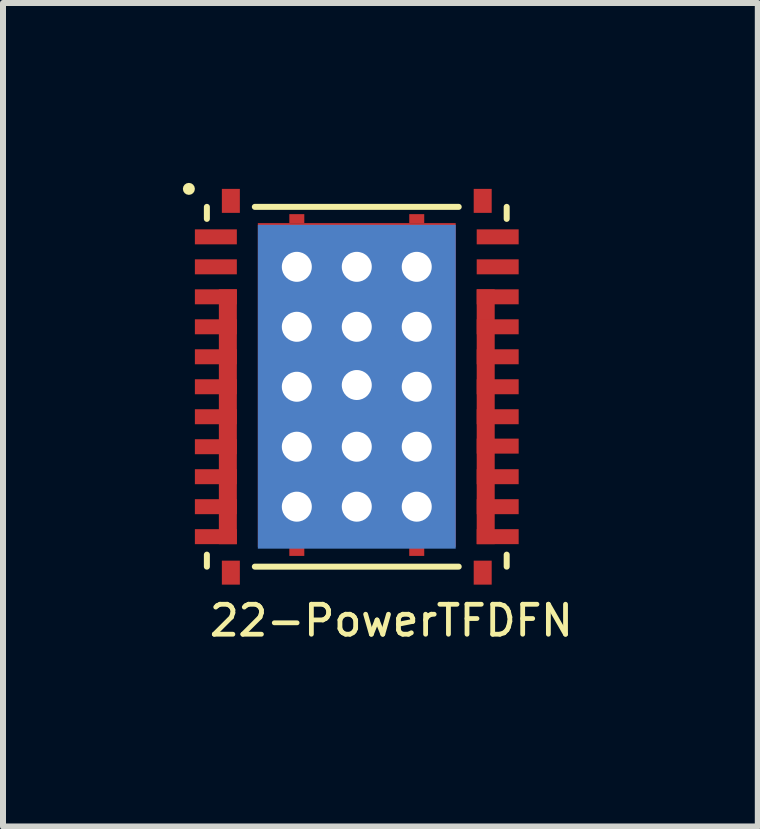
<source format=kicad_pcb>
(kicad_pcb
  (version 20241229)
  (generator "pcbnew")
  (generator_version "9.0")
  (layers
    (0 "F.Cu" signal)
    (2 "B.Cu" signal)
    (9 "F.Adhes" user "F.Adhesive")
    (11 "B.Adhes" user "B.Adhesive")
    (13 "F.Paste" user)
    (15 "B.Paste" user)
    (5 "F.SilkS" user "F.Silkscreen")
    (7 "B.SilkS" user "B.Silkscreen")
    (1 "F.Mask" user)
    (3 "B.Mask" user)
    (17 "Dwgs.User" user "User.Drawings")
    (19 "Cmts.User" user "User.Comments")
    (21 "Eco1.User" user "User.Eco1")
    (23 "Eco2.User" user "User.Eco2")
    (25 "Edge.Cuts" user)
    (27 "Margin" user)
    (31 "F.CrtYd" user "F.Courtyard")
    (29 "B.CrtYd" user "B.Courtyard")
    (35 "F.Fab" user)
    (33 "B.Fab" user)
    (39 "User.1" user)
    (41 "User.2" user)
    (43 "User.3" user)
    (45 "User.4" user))
  (footprint "22-PowerTFDFN"
    (layer "F.Cu")
    (at 0.4 6.4)
    (property "Reference" "22-PowerTFDFN" (at 0 0.9 0) (unlocked yes) (layer "F.SilkS") (effects (font (size 0.5 0.5) (thickness 0.08)) (justify left)))
    (attr smd)
    (fp_line (start 0 -5.8) (end 0 -6) (stroke (width 0.1) (type default)) (layer "F.SilkS"))
    (fp_line (start 0 0) (end 0 -0.2) (stroke (width 0.1) (type default)) (layer "F.SilkS"))
    (fp_line (start 0.8 -6) (end 4.2 -6) (stroke (width 0.1) (type default)) (layer "F.SilkS"))
    (fp_line (start 4.2 0) (end 0.8 0) (stroke (width 0.1) (type default)) (layer "F.SilkS"))
    (fp_line (start 5 -5.8) (end 5 -6) (stroke (width 0.1) (type default)) (layer "F.SilkS"))
    (fp_line (start 5 0) (end 5 -0.2) (stroke (width 0.1) (type default)) (layer "F.SilkS"))
    (fp_circle (center -0.3 -6.3) (end -0.25 -6.3) (stroke (width 0.1) (type solid)) (fill no) (layer "F.SilkS"))
    (pad "1" smd rect (at 0.15 -5.5) (size 0.7 0.25) (layers "F.Cu" "F.Mask" "F.Paste"))
    (pad "2" smd rect (at 0.15 -5) (size 0.7 0.25) (layers "F.Cu" "F.Mask" "F.Paste"))
    (pad "3" smd rect (at 0.15 -4.5) (size 0.7 0.25) (layers "F.Cu" "F.Mask" "F.Paste"))
    (pad "3" smd rect (at 0.15 -4) (size 0.7 0.25) (layers "F.Cu" "F.Mask" "F.Paste"))
    (pad "3" smd rect (at 0.15 -3.5) (size 0.7 0.25) (layers "F.Cu" "F.Mask" "F.Paste"))
    (pad "3" smd rect (at 0.15 -3) (size 0.7 0.25) (layers "F.Cu" "F.Mask" "F.Paste"))
    (pad "3" smd rect (at 0.15 -2.5) (size 0.7 0.25) (layers "F.Cu" "F.Mask" "F.Paste"))
    (pad "3" smd rect (at 0.15 -2) (size 0.7 0.25) (layers "F.Cu" "F.Mask" "F.Paste"))
    (pad "3" smd rect (at 0.15 -1.5) (size 0.7 0.25) (layers "F.Cu" "F.Mask" "F.Paste"))
    (pad "3" smd rect (at 0.15 -1) (size 0.7 0.25) (layers "F.Cu" "F.Mask" "F.Paste"))
    (pad "3" smd rect (at 0.15 -0.5) (size 0.7 0.25) (layers "F.Cu" "F.Mask" "F.Paste"))
    (pad "3" smd rect (at 0.35 -2.5) (size 0.3 4.25) (layers "F.Cu" "F.Mask" "F.Paste"))
    (pad "4" smd rect (at 4.65 -2.5) (size 0.3 4.25) (layers "F.Cu" "F.Mask" "F.Paste"))
    (pad "4" smd rect (at 4.85 -4.5) (size 0.7 0.25) (layers "F.Cu" "F.Mask" "F.Paste"))
    (pad "4" smd rect (at 4.85 -4) (size 0.7 0.25) (layers "F.Cu" "F.Mask" "F.Paste"))
    (pad "4" smd rect (at 4.85 -3.5) (size 0.7 0.25) (layers "F.Cu" "F.Mask" "F.Paste"))
    (pad "4" smd rect (at 4.85 -3) (size 0.7 0.25) (layers "F.Cu" "F.Mask" "F.Paste"))
    (pad "4" smd rect (at 4.85 -2.5) (size 0.7 0.25) (layers "F.Cu" "F.Mask" "F.Paste"))
    (pad "4" smd rect (at 4.85 -2.01) (size 0.7 0.25) (layers "F.Cu" "F.Mask" "F.Paste"))
    (pad "4" smd rect (at 4.85 -1.5) (size 0.7 0.25) (layers "F.Cu" "F.Mask" "F.Paste"))
    (pad "4" smd rect (at 4.85 -1) (size 0.7 0.25) (layers "F.Cu" "F.Mask" "F.Paste"))
    (pad "4" smd rect (at 4.85 -0.5) (size 0.7 0.25) (layers "F.Cu" "F.Mask" "F.Paste"))
    (pad "5" smd rect (at 4.85 -5) (size 0.7 0.25) (layers "F.Cu" "F.Mask" "F.Paste"))
    (pad "6" smd rect (at 4.85 -5.5) (size 0.7 0.25) (layers "F.Cu" "F.Mask" "F.Paste"))
    (pad "7" smd rect (at 4.6 -6.1) (size 0.3 0.4) (layers "F.Cu" "F.Mask" "F.Paste"))
    (pad "8" smd rect (at 0.4 -6.1) (size 0.3 0.4) (layers "F.Cu" "F.Mask" "F.Paste"))
    (pad "9" smd rect (at 0.4 0.1) (size 0.3 0.4) (layers "F.Cu" "F.Mask" "F.Paste"))
    (pad "10" smd rect (at 4.6 0.1) (size 0.3 0.4) (layers "F.Cu" "F.Mask" "F.Paste"))
    (pad "11" smd roundrect (at 1.5 -5.804) (size 0.25 0.15) (layers "F.Cu" "F.Mask" "F.Paste") (roundrect_rratio 0.03))
    (pad "11" thru_hole circle (at 1.5 -5) (size 0.8 0.8) (drill 0.5) (layers "*.Cu" "*.Mask"))
    (pad "11" thru_hole circle (at 1.5 -4) (size 0.8 0.8) (drill 0.5) (layers "*.Cu" "*.Mask"))
    (pad "11" thru_hole circle (at 1.5 -3) (size 0.8 0.8) (drill 0.5) (layers "*.Cu" "*.Mask"))
    (pad "11" thru_hole circle (at 1.5 -2) (size 0.8 0.8) (drill 0.5) (layers "*.Cu" "*.Mask"))
    (pad "11" thru_hole circle (at 1.5 -1) (size 0.8 0.8) (drill 0.5) (layers "*.Cu" "*.Mask"))
    (pad "11" smd rect (at 1.5 -0.254) (size 0.25 0.15) (layers "F.Cu" "F.Mask" "F.Paste"))
    (pad "11" thru_hole circle (at 2.5 -5) (size 0.8 0.8) (drill 0.5) (layers "*.Cu" "*.Mask"))
    (pad "11" thru_hole circle (at 2.5 -4) (size 0.8 0.8) (drill 0.5) (layers "*.Cu" "*.Mask"))
    (pad "11" thru_hole circle (at 2.5 -3.029) (size 0.8 0.8) (drill 0.5) (layers "*.Cu" "*.Mask"))
    (pad "11" smd rect (at 2.5 -3.029) (size 3.3 5.4) (layers "F.Cu" "F.Mask" "F.Paste"))
    (pad "11" smd rect (at 2.5 -3) (size 3.3 5.4) (layers "B.Cu" "B.Mask" "B.Paste"))
    (pad "11" thru_hole circle (at 2.5 -2) (size 0.8 0.8) (drill 0.5) (layers "*.Cu" "*.Mask"))
    (pad "11" thru_hole circle (at 2.5 -1) (size 0.8 0.8) (drill 0.5) (layers "*.Cu" "*.Mask"))
    (pad "11" smd roundrect (at 3.5 -5.804) (size 0.25 0.15) (layers "F.Cu" "F.Mask" "F.Paste") (roundrect_rratio 0.03))
    (pad "11" thru_hole circle (at 3.5 -5) (size 0.8 0.8) (drill 0.5) (layers "*.Cu" "*.Mask"))
    (pad "11" thru_hole circle (at 3.5 -4) (size 0.8 0.8) (drill 0.5) (layers "*.Cu" "*.Mask"))
    (pad "11" thru_hole circle (at 3.5 -3) (size 0.8 0.8) (drill 0.5) (layers "*.Cu" "*.Mask"))
    (pad "11" thru_hole circle (at 3.5 -2) (size 0.8 0.8) (drill 0.5) (layers "*.Cu" "*.Mask"))
    (pad "11" thru_hole circle (at 3.5 -1) (size 0.8 0.8) (drill 0.5) (layers "*.Cu" "*.Mask"))
    (pad "11" smd rect (at 3.5 -0.254) (size 0.25 0.15) (layers "F.Cu" "F.Mask" "F.Paste")))
  (gr_rect
    (start -3 -3)
    (end 9.588 10.733)
    (stroke (width 0.1) (type default))
    (fill no)
    (layer "Edge.Cuts")))
</source>
